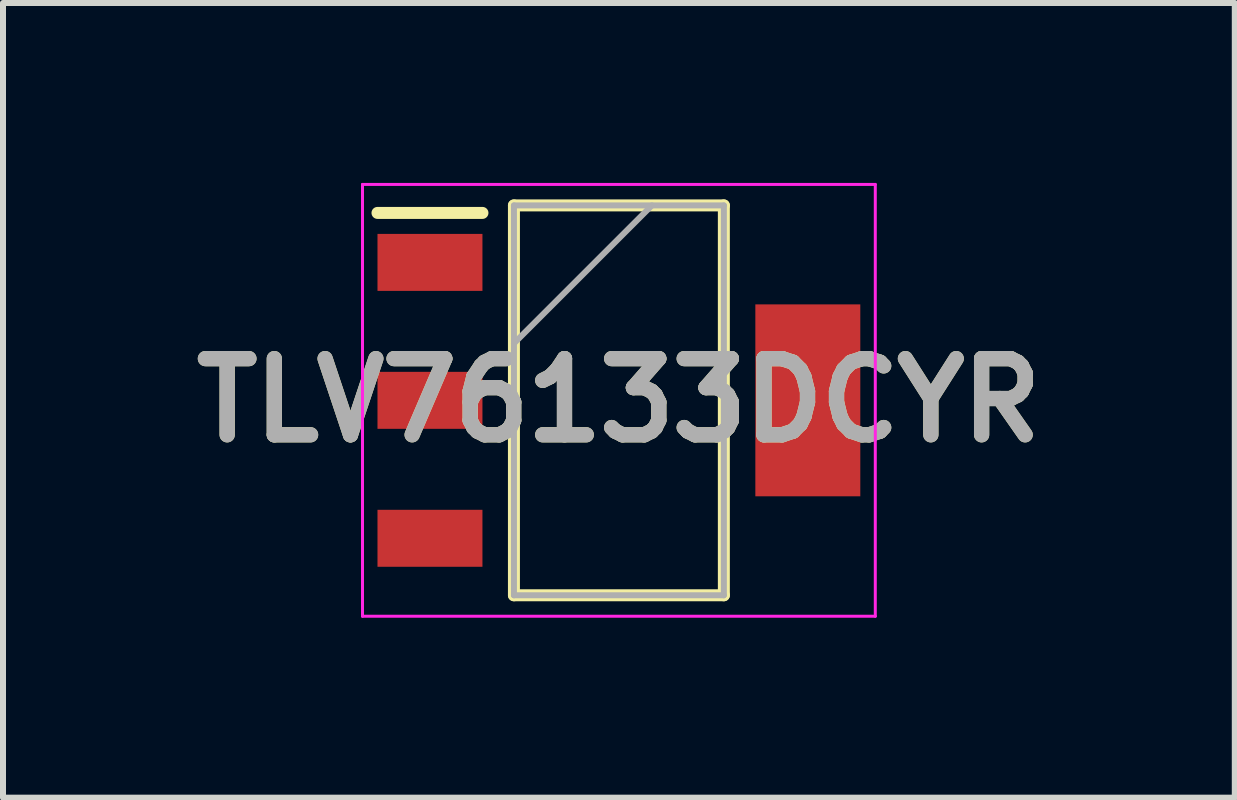
<source format=kicad_pcb>
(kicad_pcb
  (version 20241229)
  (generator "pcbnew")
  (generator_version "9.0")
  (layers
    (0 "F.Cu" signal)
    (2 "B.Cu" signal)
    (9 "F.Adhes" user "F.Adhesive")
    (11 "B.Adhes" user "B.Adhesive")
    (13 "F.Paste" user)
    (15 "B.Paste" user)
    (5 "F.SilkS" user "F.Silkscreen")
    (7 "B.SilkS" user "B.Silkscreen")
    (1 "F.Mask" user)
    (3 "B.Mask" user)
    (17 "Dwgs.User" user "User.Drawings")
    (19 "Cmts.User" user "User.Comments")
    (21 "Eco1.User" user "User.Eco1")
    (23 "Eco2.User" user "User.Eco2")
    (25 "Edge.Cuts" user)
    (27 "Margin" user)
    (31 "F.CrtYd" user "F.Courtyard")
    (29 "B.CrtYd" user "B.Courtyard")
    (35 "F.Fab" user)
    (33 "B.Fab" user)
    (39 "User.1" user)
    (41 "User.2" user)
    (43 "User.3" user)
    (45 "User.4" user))
  (footprint "TLV76133DCYR"
    (layer "F.Cu")
    (at 7.269 3.625)
    (property "Reference" "TLV76133DCYR" (at 0 0 0) (layer "F.SilkS") (effects (font (size 1.27 1.27) (thickness 0.254))))
    (attr smd)
    (fp_line (start -4.025 -3.125) (end -2.275 -3.125) (stroke (width 0.2) (type solid)) (layer "F.SilkS"))
    (fp_line (start -1.75 -3.25) (end 1.75 -3.25) (stroke (width 0.2) (type solid)) (layer "F.SilkS"))
    (fp_line (start -1.75 3.25) (end -1.75 -3.25) (stroke (width 0.2) (type solid)) (layer "F.SilkS"))
    (fp_line (start 1.75 -3.25) (end 1.75 3.25) (stroke (width 0.2) (type solid)) (layer "F.SilkS"))
    (fp_line (start 1.75 3.25) (end -1.75 3.25) (stroke (width 0.2) (type solid)) (layer "F.SilkS"))
    (fp_line (start -4.275 -3.6) (end 4.275 -3.6) (stroke (width 0.05) (type solid)) (layer "F.CrtYd"))
    (fp_line (start -4.275 3.6) (end -4.275 -3.6) (stroke (width 0.05) (type solid)) (layer "F.CrtYd"))
    (fp_line (start 4.275 -3.6) (end 4.275 3.6) (stroke (width 0.05) (type solid)) (layer "F.CrtYd"))
    (fp_line (start 4.275 3.6) (end -4.275 3.6) (stroke (width 0.05) (type solid)) (layer "F.CrtYd"))
    (fp_line (start -1.75 -3.25) (end 1.75 -3.25) (stroke (width 0.1) (type solid)) (layer "F.Fab"))
    (fp_line (start -1.75 -0.95) (end 0.55 -3.25) (stroke (width 0.1) (type solid)) (layer "F.Fab"))
    (fp_line (start -1.75 3.25) (end -1.75 -3.25) (stroke (width 0.1) (type solid)) (layer "F.Fab"))
    (fp_line (start 1.75 -3.25) (end 1.75 3.25) (stroke (width 0.1) (type solid)) (layer "F.Fab"))
    (fp_line (start 1.75 3.25) (end -1.75 3.25) (stroke (width 0.1) (type solid)) (layer "F.Fab"))
    (fp_text user "${REFERENCE}" (at 0 0 0) (layer "F.Fab") (effects (font (size 1.27 1.27) (thickness 0.254))))
    (pad "1" smd rect (at -3.15 -2.3 90) (size 0.95 1.75) (layers "F.Cu" "F.Mask" "F.Paste"))
    (pad "2" smd rect (at -3.15 0 90) (size 0.95 1.75) (layers "F.Cu" "F.Mask" "F.Paste"))
    (pad "3" smd rect (at -3.15 2.3 90) (size 0.95 1.75) (layers "F.Cu" "F.Mask" "F.Paste"))
    (pad "4" smd rect (at 3.15 0) (size 1.75 3.2) (layers "F.Cu" "F.Mask" "F.Paste")))
  (gr_rect
    (start -3 -3)
    (end 17.538 10.25)
    (stroke (width 0.1) (type default))
    (fill no)
    (layer "Edge.Cuts")))
</source>
